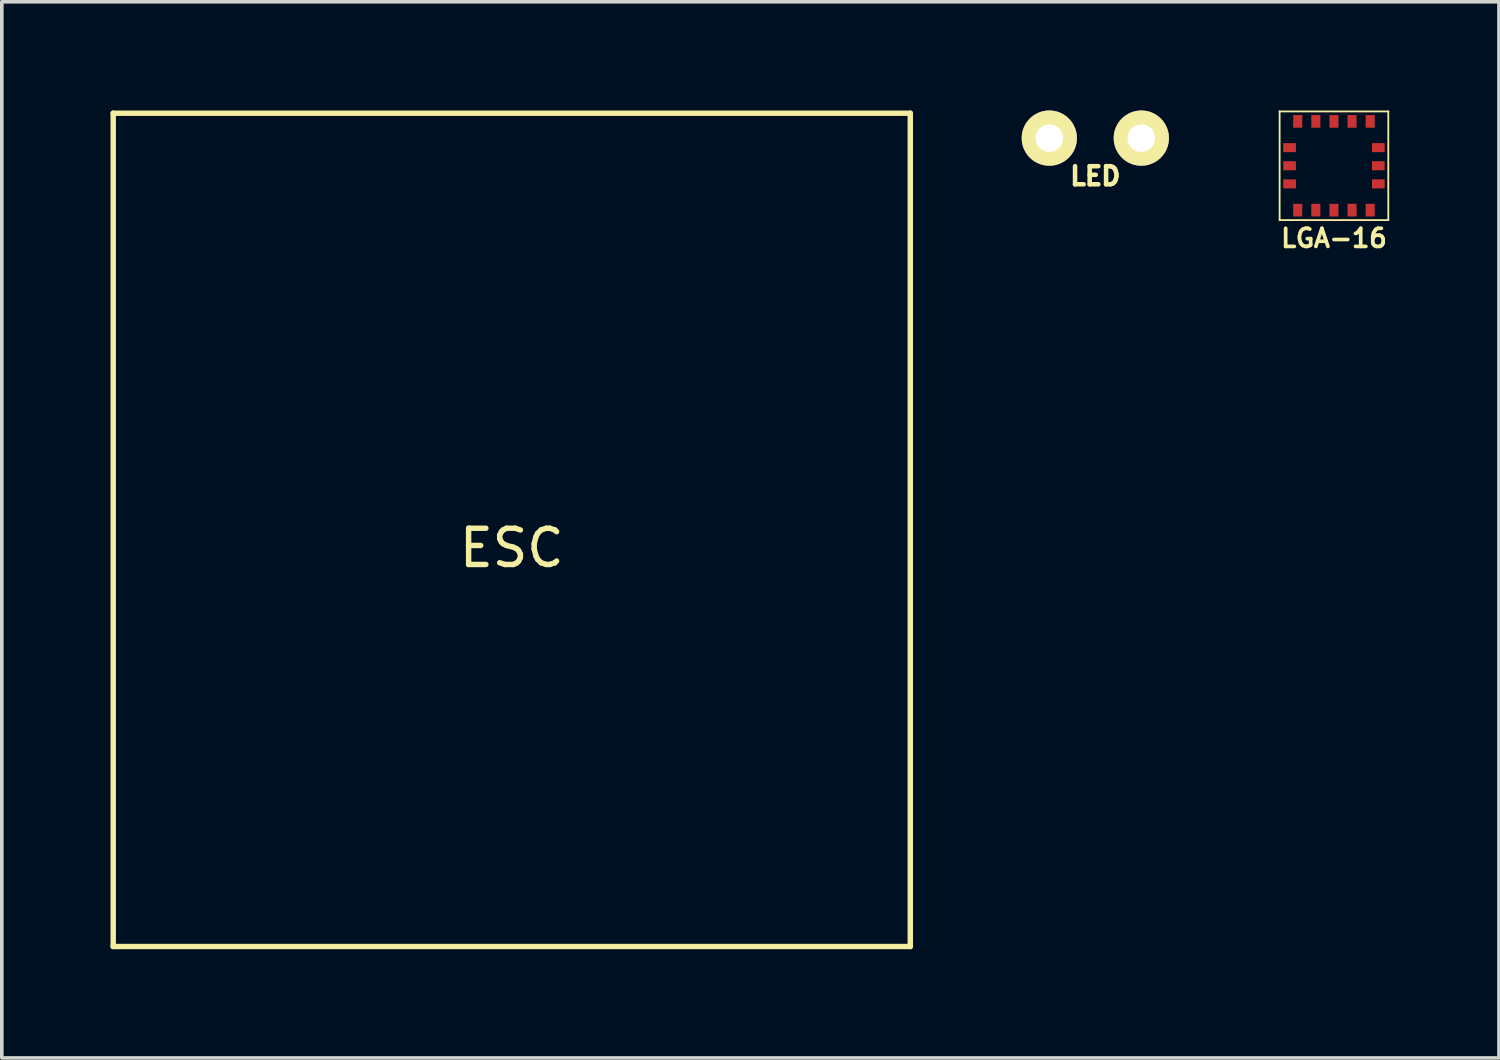
<source format=kicad_pcb>
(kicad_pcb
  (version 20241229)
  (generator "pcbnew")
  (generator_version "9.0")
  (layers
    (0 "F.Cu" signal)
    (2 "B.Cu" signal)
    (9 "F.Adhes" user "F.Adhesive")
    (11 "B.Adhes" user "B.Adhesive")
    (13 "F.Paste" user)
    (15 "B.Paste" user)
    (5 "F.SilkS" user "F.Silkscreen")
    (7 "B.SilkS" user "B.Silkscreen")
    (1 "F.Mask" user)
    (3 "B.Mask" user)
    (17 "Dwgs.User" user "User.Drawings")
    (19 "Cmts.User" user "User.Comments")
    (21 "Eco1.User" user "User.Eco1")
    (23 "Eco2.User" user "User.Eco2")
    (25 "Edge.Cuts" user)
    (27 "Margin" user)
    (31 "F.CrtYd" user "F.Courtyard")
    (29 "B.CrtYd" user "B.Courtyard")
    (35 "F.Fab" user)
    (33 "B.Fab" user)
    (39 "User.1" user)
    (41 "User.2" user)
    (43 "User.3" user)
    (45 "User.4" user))
  (footprint "LED"
    (layer "F.Cu")
    (at 27.182 0.762)
    (property "Reference" "LED" (at 0 1.05 0) (layer "F.SilkS") (effects (font (size 0.5 0.5) (thickness 0.125))))
    (attr through_hole)
    (pad "1" thru_hole circle (at -1.27 0) (size 1.524 1.524) (drill 0.762) (layers "*.Cu" "*.Mask" "F.SilkS"))
    (pad "2" thru_hole circle (at 1.27 0) (size 1.524 1.524) (drill 0.762) (layers "*.Cu" "*.Mask" "F.SilkS")))
  (footprint "ESC"
    (layer "F.Cu")
    (at 11.075 11.575)
    (property "Reference" "ESC" (at 0 0.5 0) (layer "F.SilkS") (effects (font (size 1 1) (thickness 0.15))))
    (attr through_hole)
    (fp_line (start -11 -11.5) (end 11 -11.5) (stroke (width 0.15) (type solid)) (layer "F.SilkS"))
    (fp_line (start -11 11.5) (end -11 -11.5) (stroke (width 0.15) (type solid)) (layer "F.SilkS"))
    (fp_line (start 11 -11.5) (end 11 11.5) (stroke (width 0.15) (type solid)) (layer "F.SilkS"))
    (fp_line (start 11 11.5) (end -11 11.5) (stroke (width 0.15) (type solid)) (layer "F.SilkS")))
  (footprint "LGA-16"
    (layer "F.Cu")
    (at 33.769 1.525)
    (property "Reference" "LGA-16" (at 0 2 0) (layer "F.SilkS") (effects (font (size 0.5 0.5) (thickness 0.102))))
    (attr through_hole)
    (fp_line (start -1.5 -1.5) (end 1.5 -1.5) (stroke (width 0.05) (type solid)) (layer "F.SilkS"))
    (fp_line (start -1.5 1.5) (end -1.5 -1.5) (stroke (width 0.05) (type solid)) (layer "F.SilkS"))
    (fp_line (start 1.5 -1.5) (end 1.5 1.5) (stroke (width 0.05) (type solid)) (layer "F.SilkS"))
    (fp_line (start 1.5 1.5) (end -1.5 1.5) (stroke (width 0.05) (type solid)) (layer "F.SilkS"))
    (pad "1" smd rect (at 1 -1.225) (size 0.25 0.35) (layers "F.Cu" "F.Mask" "F.Paste"))
    (pad "2" smd rect (at 0.5 -1.225) (size 0.25 0.35) (layers "F.Cu" "F.Mask" "F.Paste"))
    (pad "3" smd rect (at 0 -1.225) (size 0.25 0.35) (layers "F.Cu" "F.Mask" "F.Paste"))
    (pad "4" smd rect (at -0.5 -1.225) (size 0.25 0.35) (layers "F.Cu" "F.Mask" "F.Paste"))
    (pad "5" smd rect (at -1 -1.225) (size 0.25 0.35) (layers "F.Cu" "F.Mask" "F.Paste"))
    (pad "6" smd rect (at -1.225 -0.5 90) (size 0.25 0.35) (layers "F.Cu" "F.Mask" "F.Paste"))
    (pad "7" smd rect (at -1.225 0 90) (size 0.25 0.35) (layers "F.Cu" "F.Mask" "F.Paste"))
    (pad "8" smd rect (at -1.225 0.5 90) (size 0.25 0.35) (layers "F.Cu" "F.Mask" "F.Paste"))
    (pad "9" smd rect (at -1 1.225 180) (size 0.25 0.35) (layers "F.Cu" "F.Mask" "F.Paste"))
    (pad "10" smd rect (at -0.5 1.225 180) (size 0.25 0.35) (layers "F.Cu" "F.Mask" "F.Paste"))
    (pad "11" smd rect (at 0 1.225 180) (size 0.25 0.35) (layers "F.Cu" "F.Mask" "F.Paste"))
    (pad "12" smd rect (at 0.5 1.225 180) (size 0.25 0.35) (layers "F.Cu" "F.Mask" "F.Paste"))
    (pad "13" smd rect (at 1 1.225 180) (size 0.25 0.35) (layers "F.Cu" "F.Mask" "F.Paste"))
    (pad "14" smd rect (at 1.225 0.5 270) (size 0.25 0.35) (layers "F.Cu" "F.Mask" "F.Paste"))
    (pad "15" smd rect (at 1.225 0 270) (size 0.25 0.35) (layers "F.Cu" "F.Mask" "F.Paste"))
    (pad "16" smd rect (at 1.225 -0.5 270) (size 0.25 0.35) (layers "F.Cu" "F.Mask" "F.Paste")))
  (gr_rect
    (start -3 -3)
    (end 38.324 26.15)
    (stroke (width 0.1) (type default))
    (fill no)
    (layer "Edge.Cuts")))
</source>
